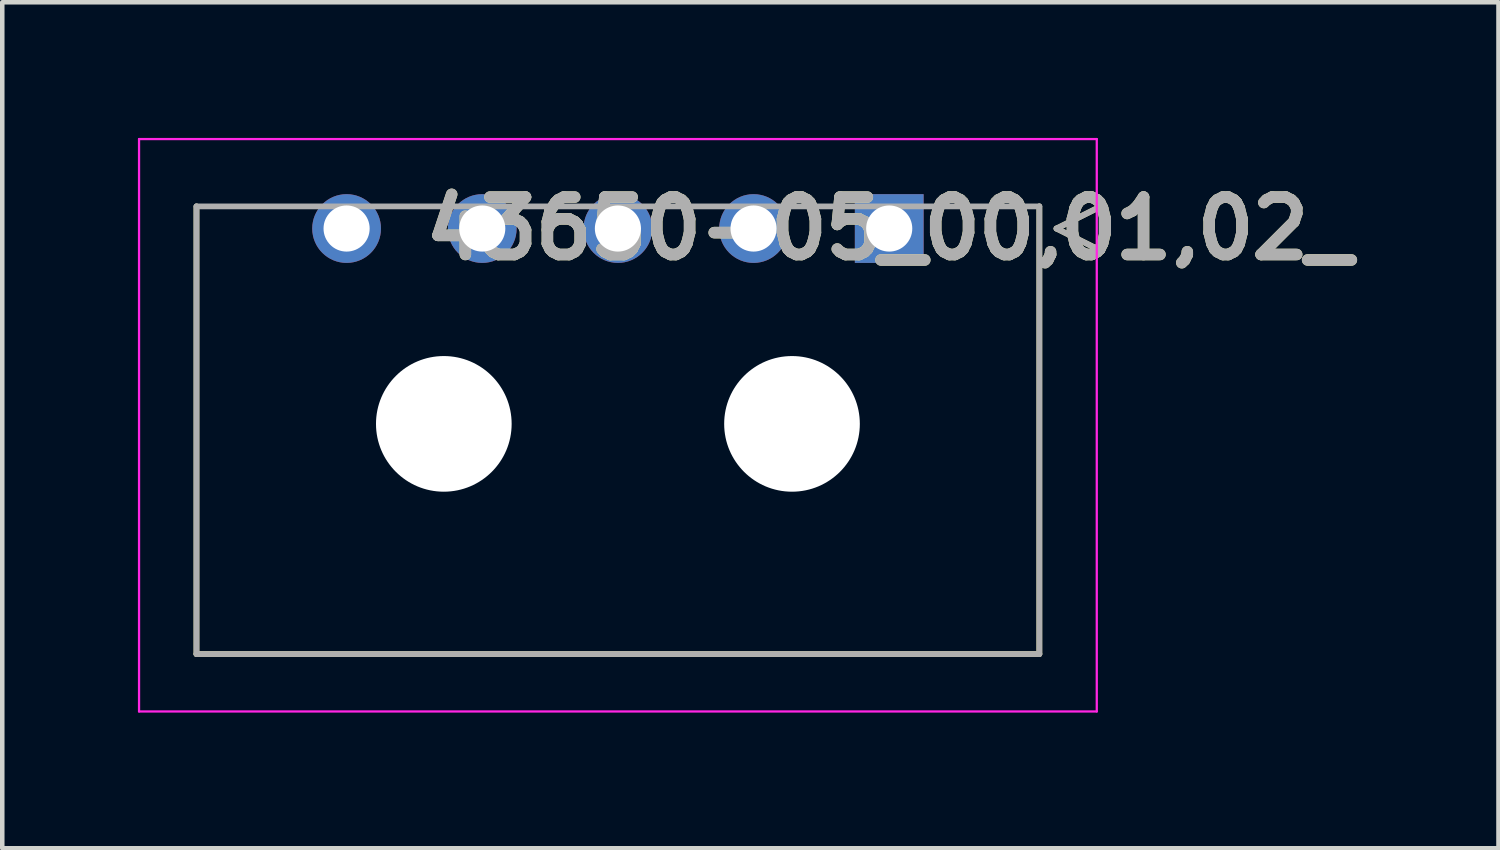
<source format=kicad_pcb>
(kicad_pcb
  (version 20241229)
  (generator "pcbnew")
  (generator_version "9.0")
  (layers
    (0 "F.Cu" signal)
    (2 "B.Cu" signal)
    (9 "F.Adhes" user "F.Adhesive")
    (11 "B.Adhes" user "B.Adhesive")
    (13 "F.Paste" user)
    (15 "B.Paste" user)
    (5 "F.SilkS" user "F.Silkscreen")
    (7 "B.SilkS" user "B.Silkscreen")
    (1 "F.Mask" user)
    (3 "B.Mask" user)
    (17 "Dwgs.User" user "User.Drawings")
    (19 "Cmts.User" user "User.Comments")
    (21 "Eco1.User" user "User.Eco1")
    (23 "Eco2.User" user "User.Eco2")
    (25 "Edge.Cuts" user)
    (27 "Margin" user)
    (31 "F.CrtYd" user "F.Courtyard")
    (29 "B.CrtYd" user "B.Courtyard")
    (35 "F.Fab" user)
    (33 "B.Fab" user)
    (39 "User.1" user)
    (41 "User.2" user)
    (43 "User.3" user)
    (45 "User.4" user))
  (footprint "43650-05_00,01,02_"
    (layer "F.Cu")
    (at 16.615 2.004)
    (property "Reference" "43650-05_00,01,02_" (at 0 0 0) (layer "F.SilkS") (effects (font (size 1.27 1.27) (thickness 0.254))))
    (attr through_hole)
    (fp_line (start -15.32 9.41) (end -15.32 -0.49) (stroke (width 0.127) (type solid)) (layer "F.SilkS"))
    (fp_line (start 3.32 -0.49) (end 3.32 9.41) (stroke (width 0.127) (type solid)) (layer "F.SilkS"))
    (fp_line (start 3.32 9.41) (end -15.32 9.41) (stroke (width 0.127) (type solid)) (layer "F.SilkS"))
    (fp_line (start 3.7 0) (end 4.7 -0.5) (stroke (width 0.127) (type solid)) (layer "F.SilkS"))
    (fp_line (start 4.7 -0.5) (end 4.7 0.5) (stroke (width 0.127) (type solid)) (layer "F.SilkS"))
    (fp_line (start 4.7 0.5) (end 3.7 0) (stroke (width 0.127) (type solid)) (layer "F.SilkS"))
    (fp_line (start -16.59 -1.979) (end 4.59 -1.979) (stroke (width 0.05) (type solid)) (layer "F.CrtYd"))
    (fp_line (start -16.59 10.68) (end -16.59 -1.979) (stroke (width 0.05) (type solid)) (layer "F.CrtYd"))
    (fp_line (start 4.59 -1.979) (end 4.59 10.68) (stroke (width 0.05) (type solid)) (layer "F.CrtYd"))
    (fp_line (start 4.59 10.68) (end -16.59 10.68) (stroke (width 0.05) (type solid)) (layer "F.CrtYd"))
    (fp_line (start -15.32 -0.49) (end 3.32 -0.49) (stroke (width 0.127) (type solid)) (layer "F.Fab"))
    (fp_line (start -15.32 9.41) (end -15.32 -0.49) (stroke (width 0.127) (type solid)) (layer "F.Fab"))
    (fp_line (start 3.32 -0.49) (end 3.32 9.41) (stroke (width 0.127) (type solid)) (layer "F.Fab"))
    (fp_line (start 3.32 9.41) (end -15.32 9.41) (stroke (width 0.127) (type solid)) (layer "F.Fab"))
    (fp_line (start 3.7 0) (end 4.7 -0.5) (stroke (width 0.127) (type solid)) (layer "F.Fab"))
    (fp_line (start 4.7 -0.5) (end 4.7 0.5) (stroke (width 0.127) (type solid)) (layer "F.Fab"))
    (fp_line (start 4.7 0.5) (end 3.7 0) (stroke (width 0.127) (type solid)) (layer "F.Fab"))
    (fp_text user "${REFERENCE}" (at 0 0 0) (layer "F.Fab") (effects (font (size 1.27 1.27) (thickness 0.254))))
    (pad "" np_thru_hole circle (at -9.85 4.32) (size 3 3) (drill 3) (layers "*.Cu" "*.Mask"))
    (pad "" np_thru_hole circle (at -2.15 4.32) (size 3 3) (drill 3) (layers "*.Cu" "*.Mask"))
    (pad "1" thru_hole rect (at 0 0) (size 1.52 1.52) (drill 1.02) (layers "*.Cu" "*.Mask"))
    (pad "2" thru_hole circle (at -3 0) (size 1.52 1.52) (drill 1.02) (layers "*.Cu" "*.Mask"))
    (pad "3" thru_hole circle (at -6 0) (size 1.52 1.52) (drill 1.02) (layers "*.Cu" "*.Mask"))
    (pad "4" thru_hole circle (at -9 0) (size 1.52 1.52) (drill 1.02) (layers "*.Cu" "*.Mask"))
    (pad "5" thru_hole circle (at -12 0) (size 1.52 1.52) (drill 1.02) (layers "*.Cu" "*.Mask")))
  (gr_rect
    (start -3 -3)
    (end 30.089 15.709)
    (stroke (width 0.1) (type default))
    (fill no)
    (layer "Edge.Cuts")))
</source>
